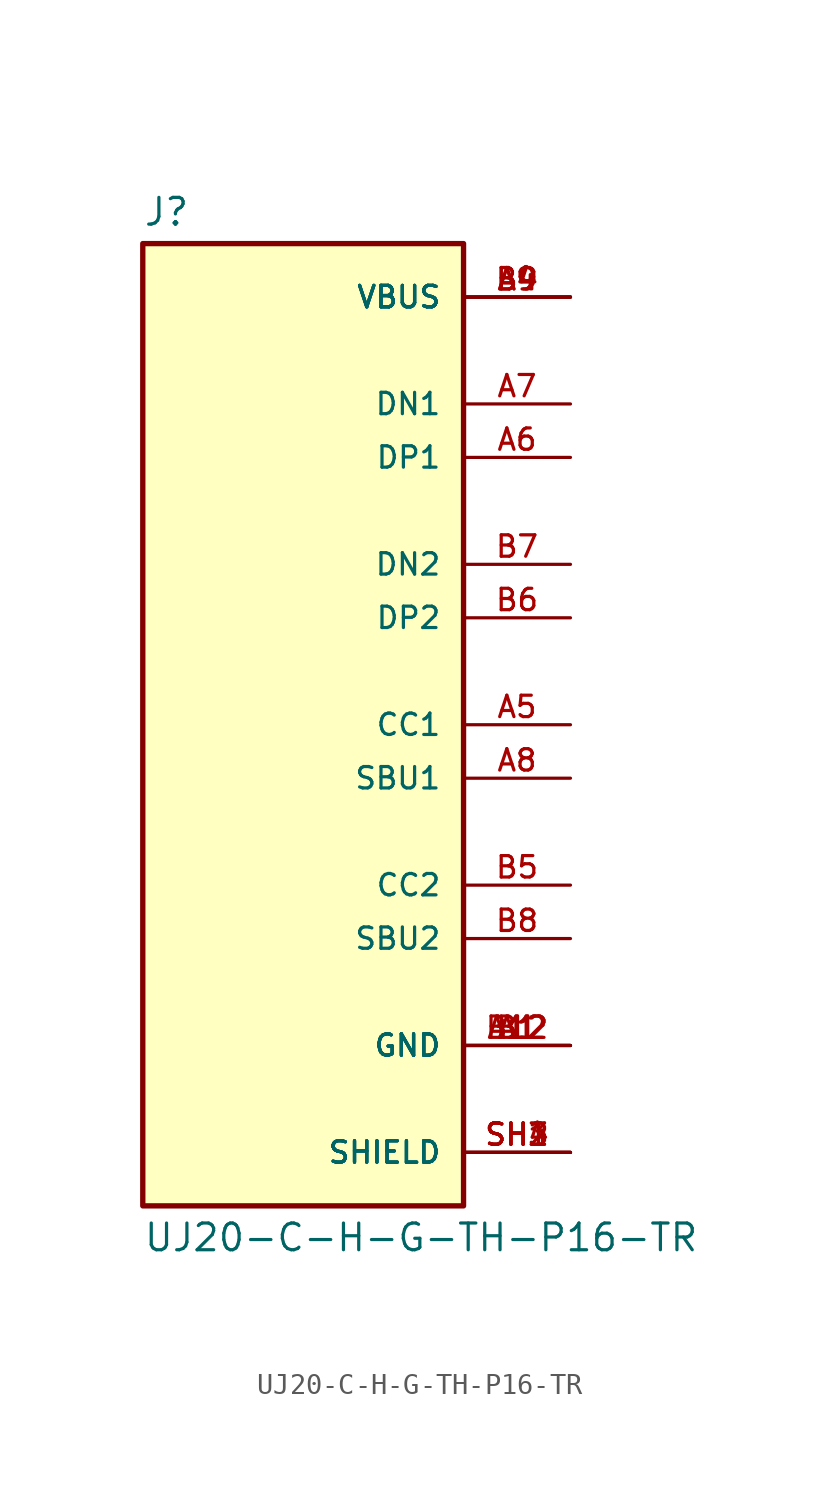
<source format=kicad_sym>
(kicad_symbol_lib
  (version 20211014)
  (generator kicad_symbol_editor)
  (symbol "UJ20-C-H-G-TH-P16-TR"
    (pin_names
      (offset 1.016))
    (property "Reference" "J"
      (at -7.62 23.622 0)
      (effects (font (size 1.27 1.27)) (justify bottom left)))
    (property "Value" "UJ20-C-H-G-TH-P16-TR"
      (at -7.62 -23.622 0)
      (effects (font (size 1.27 1.27)) (justify top left)))
    (symbol "UJ20-C-H-G-TH-P16-TR_0_0"
      (rectangle (start -7.62 -22.86) (end 7.62 22.86) (stroke (width 0.254)) (fill (type background)))
      (pin power_in line (at 12.7 20.32 180.0) (length 5.08) (name "VBUS" (effects (font (size 1.016 1.016)))) (number "A4" (effects (font (size 1.016 1.016)))))
      (pin power_in line (at 12.7 20.32 180.0) (length 5.08) (name "VBUS" (effects (font (size 1.016 1.016)))) (number "A9" (effects (font (size 1.016 1.016)))))
      (pin power_in line (at 12.7 20.32 180.0) (length 5.08) (name "VBUS" (effects (font (size 1.016 1.016)))) (number "B4" (effects (font (size 1.016 1.016)))))
      (pin power_in line (at 12.7 20.32 180.0) (length 5.08) (name "VBUS" (effects (font (size 1.016 1.016)))) (number "B9" (effects (font (size 1.016 1.016)))))
      (pin passive line (at 12.7 -20.32 180.0) (length 5.08) (name "SHIELD" (effects (font (size 1.016 1.016)))) (number "SH1" (effects (font (size 1.016 1.016)))))
      (pin passive line (at 12.7 -20.32 180.0) (length 5.08) (name "SHIELD" (effects (font (size 1.016 1.016)))) (number "SH2" (effects (font (size 1.016 1.016)))))
      (pin passive line (at 12.7 -20.32 180.0) (length 5.08) (name "SHIELD" (effects (font (size 1.016 1.016)))) (number "SH3" (effects (font (size 1.016 1.016)))))
      (pin passive line (at 12.7 -20.32 180.0) (length 5.08) (name "SHIELD" (effects (font (size 1.016 1.016)))) (number "SH4" (effects (font (size 1.016 1.016)))))
      (pin passive line (at 12.7 15.24 180.0) (length 5.08) (name "DN1" (effects (font (size 1.016 1.016)))) (number "A7" (effects (font (size 1.016 1.016)))))
      (pin passive line (at 12.7 12.7 180.0) (length 5.08) (name "DP1" (effects (font (size 1.016 1.016)))) (number "A6" (effects (font (size 1.016 1.016)))))
      (pin passive line (at 12.7 7.62 180.0) (length 5.08) (name "DN2" (effects (font (size 1.016 1.016)))) (number "B7" (effects (font (size 1.016 1.016)))))
      (pin passive line (at 12.7 5.08 180.0) (length 5.08) (name "DP2" (effects (font (size 1.016 1.016)))) (number "B6" (effects (font (size 1.016 1.016)))))
      (pin power_in line (at 12.7 -15.24 180.0) (length 5.08) (name "GND" (effects (font (size 1.016 1.016)))) (number "A1" (effects (font (size 1.016 1.016)))))
      (pin power_in line (at 12.7 -15.24 180.0) (length 5.08) (name "GND" (effects (font (size 1.016 1.016)))) (number "A12" (effects (font (size 1.016 1.016)))))
      (pin power_in line (at 12.7 -15.24 180.0) (length 5.08) (name "GND" (effects (font (size 1.016 1.016)))) (number "B1" (effects (font (size 1.016 1.016)))))
      (pin power_in line (at 12.7 -15.24 180.0) (length 5.08) (name "GND" (effects (font (size 1.016 1.016)))) (number "B12" (effects (font (size 1.016 1.016)))))
      (pin passive line (at 12.7 0.0 180.0) (length 5.08) (name "CC1" (effects (font (size 1.016 1.016)))) (number "A5" (effects (font (size 1.016 1.016)))))
      (pin passive line (at 12.7 -2.54 180.0) (length 5.08) (name "SBU1" (effects (font (size 1.016 1.016)))) (number "A8" (effects (font (size 1.016 1.016)))))
      (pin passive line (at 12.7 -7.62 180.0) (length 5.08) (name "CC2" (effects (font (size 1.016 1.016)))) (number "B5" (effects (font (size 1.016 1.016)))))
      (pin passive line (at 12.7 -10.16 180.0) (length 5.08) (name "SBU2" (effects (font (size 1.016 1.016)))) (number "B8" (effects (font (size 1.016 1.016))))))))
</source>
